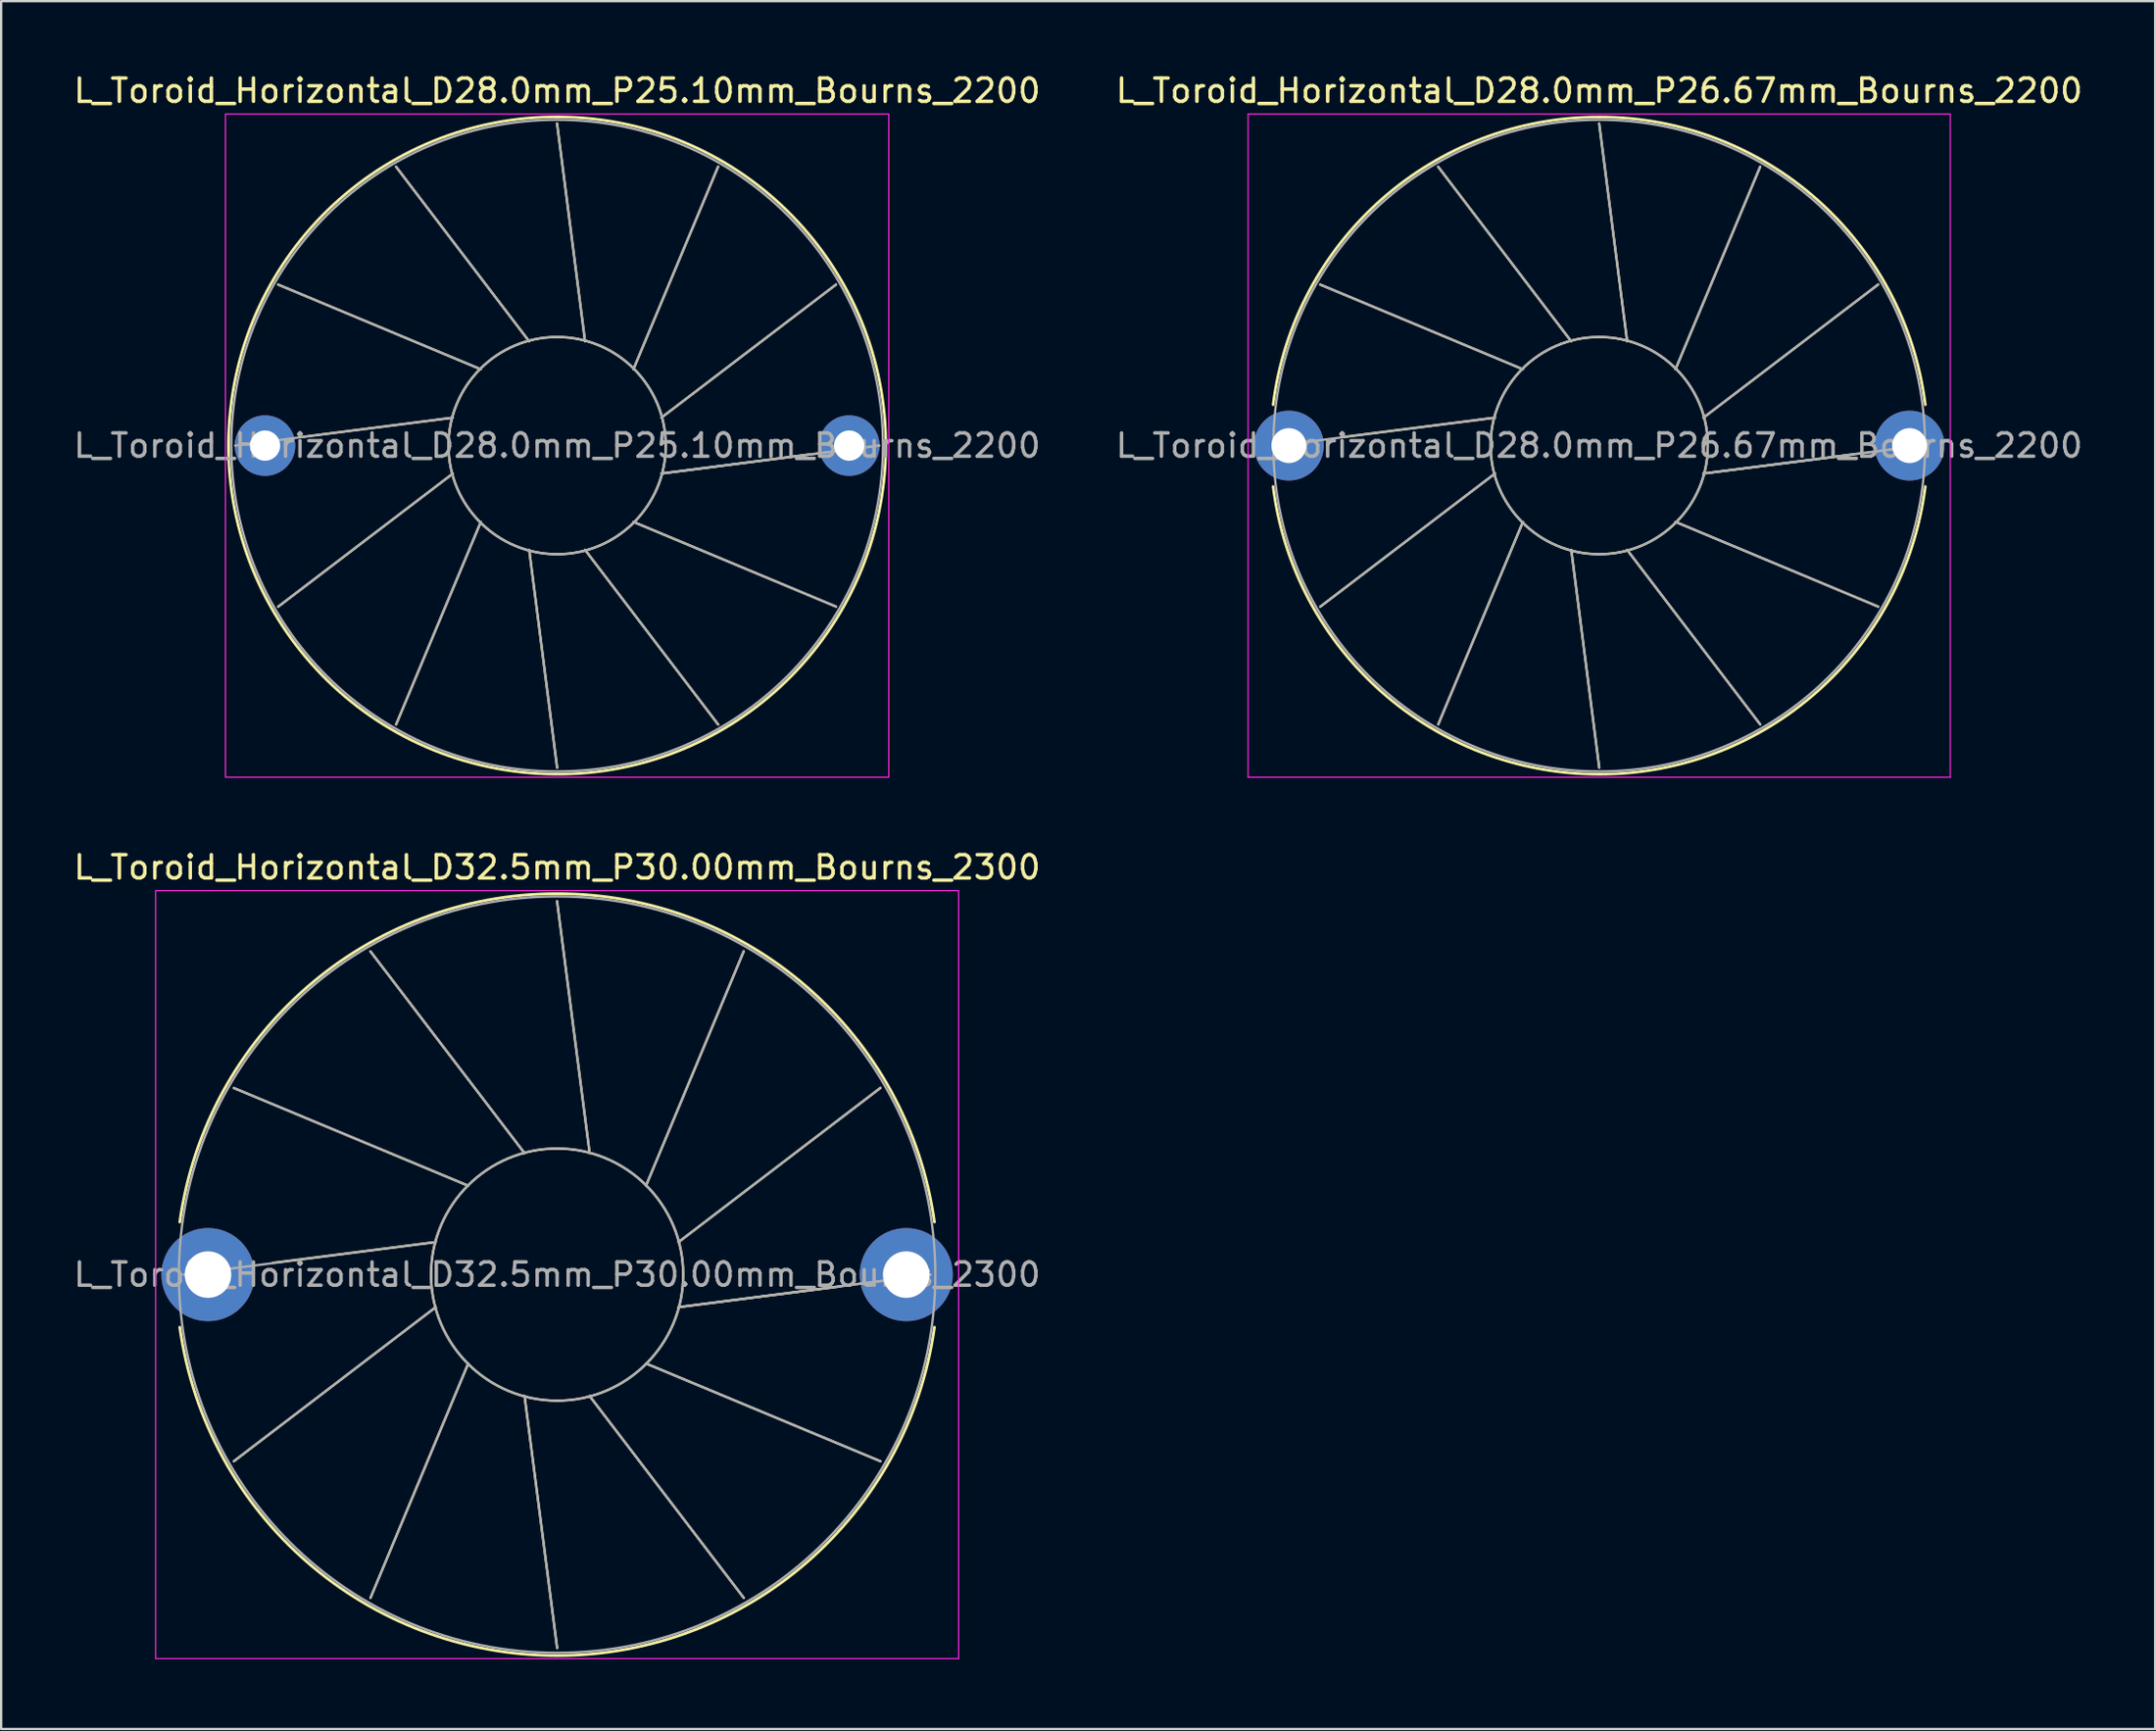
<source format=kicad_pcb>
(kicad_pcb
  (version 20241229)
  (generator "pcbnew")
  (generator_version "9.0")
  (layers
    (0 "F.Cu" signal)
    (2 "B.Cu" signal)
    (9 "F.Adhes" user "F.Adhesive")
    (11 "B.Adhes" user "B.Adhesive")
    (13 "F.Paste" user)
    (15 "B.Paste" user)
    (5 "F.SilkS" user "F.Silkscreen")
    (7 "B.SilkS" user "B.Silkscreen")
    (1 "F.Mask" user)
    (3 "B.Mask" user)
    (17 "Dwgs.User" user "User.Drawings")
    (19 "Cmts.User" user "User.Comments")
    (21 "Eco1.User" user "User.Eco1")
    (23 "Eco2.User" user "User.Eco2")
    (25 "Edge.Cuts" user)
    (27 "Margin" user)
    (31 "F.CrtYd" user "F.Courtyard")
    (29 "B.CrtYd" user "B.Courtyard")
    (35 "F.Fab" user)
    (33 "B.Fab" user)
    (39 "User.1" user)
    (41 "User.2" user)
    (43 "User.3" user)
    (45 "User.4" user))
  (footprint "L_Toroid_Horizontal_D32.5mm_P30.00mm_Bourns_2300"
    (layer "F.Cu")
    (at 5.887 51.721)
    (property "Reference" "L_Toroid_Horizontal_D32.5mm_P30.00mm_Bourns_2300" (at 15 -17.5 0) (layer "F.SilkS") (effects (font (size 1 1) (thickness 0.15))))
    (attr through_hole)
    (fp_line (start 1.106 -8.02) (end 11.179 -3.82) (stroke (width 0.1) (type solid)) (layer "F.SilkS"))
    (fp_line (start 1.107 8.022) (end 9.782 1.399) (stroke (width 0.1) (type solid)) (layer "F.SilkS"))
    (fp_line (start 2.794 -0.508) (end 9.781 -1.398) (stroke (width 0.1) (type solid)) (layer "F.SilkS"))
    (fp_line (start 6.977 -13.892) (end 13.601 -5.218) (stroke (width 0.1) (type solid)) (layer "F.SilkS"))
    (fp_line (start 6.98 13.894) (end 11.18 3.82) (stroke (width 0.1) (type solid)) (layer "F.SilkS"))
    (fp_line (start 14.998 -16.043) (end 16.398 -5.219) (stroke (width 0.1) (type solid)) (layer "F.SilkS"))
    (fp_line (start 15.001 16.043) (end 13.602 5.219) (stroke (width 0.1) (type solid)) (layer "F.SilkS"))
    (fp_line (start 23.019 -13.895) (end 18.82 -3.821) (stroke (width 0.1) (type solid)) (layer "F.SilkS"))
    (fp_line (start 23.022 13.893) (end 16.398 5.218) (stroke (width 0.1) (type solid)) (layer "F.SilkS"))
    (fp_line (start 27.178 0.508) (end 20.219 1.398) (stroke (width 0.1) (type solid)) (layer "F.SilkS"))
    (fp_line (start 28.892 -8.024) (end 20.218 -1.399) (stroke (width 0.1) (type solid)) (layer "F.SilkS"))
    (fp_line (start 28.893 8.021) (end 18.82 3.82) (stroke (width 0.1) (type solid)) (layer "F.SilkS"))
    (fp_arc (start -1.213245 -2.26) (mid 15 -16.37) (end 31.213245 -2.26) (stroke (width 0.12) (type solid)) (layer "F.SilkS"))
    (fp_arc (start 31.213245 2.26) (mid 15 16.37) (end -1.213245 2.26) (stroke (width 0.12) (type solid)) (layer "F.SilkS"))
    (fp_circle (center 15 0) (end 20.417 0) (stroke (width 0.1) (type solid)) (fill no) (layer "F.SilkS"))
    (fp_line (start -2.25 -16.5) (end -2.25 16.5) (stroke (width 0.05) (type solid)) (layer "F.CrtYd"))
    (fp_line (start -2.25 16.5) (end 32.25 16.5) (stroke (width 0.05) (type solid)) (layer "F.CrtYd"))
    (fp_line (start 32.25 -16.5) (end -2.25 -16.5) (stroke (width 0.05) (type solid)) (layer "F.CrtYd"))
    (fp_line (start 32.25 16.5) (end 32.25 -16.5) (stroke (width 0.05) (type solid)) (layer "F.CrtYd"))
    (fp_line (start -1.043 0.001) (end 9.781 -1.398) (stroke (width 0.1) (type solid)) (layer "F.Fab"))
    (fp_line (start 1.106 -8.02) (end 11.179 -3.82) (stroke (width 0.1) (type solid)) (layer "F.Fab"))
    (fp_line (start 1.107 8.022) (end 9.782 1.399) (stroke (width 0.1) (type solid)) (layer "F.Fab"))
    (fp_line (start 6.977 -13.892) (end 13.601 -5.218) (stroke (width 0.1) (type solid)) (layer "F.Fab"))
    (fp_line (start 6.98 13.894) (end 11.18 3.82) (stroke (width 0.1) (type solid)) (layer "F.Fab"))
    (fp_line (start 14.998 -16.043) (end 16.398 -5.219) (stroke (width 0.1) (type solid)) (layer "F.Fab"))
    (fp_line (start 15.001 16.043) (end 13.602 5.219) (stroke (width 0.1) (type solid)) (layer "F.Fab"))
    (fp_line (start 23.019 -13.895) (end 18.82 -3.821) (stroke (width 0.1) (type solid)) (layer "F.Fab"))
    (fp_line (start 23.022 13.893) (end 16.398 5.218) (stroke (width 0.1) (type solid)) (layer "F.Fab"))
    (fp_line (start 28.892 -8.024) (end 20.218 -1.399) (stroke (width 0.1) (type solid)) (layer "F.Fab"))
    (fp_line (start 28.893 8.021) (end 18.82 3.82) (stroke (width 0.1) (type solid)) (layer "F.Fab"))
    (fp_line (start 31.043 -0.003) (end 20.219 1.397) (stroke (width 0.1) (type solid)) (layer "F.Fab"))
    (fp_line (start 31.043 0) (end 20.219 1.398) (stroke (width 0.1) (type solid)) (layer "F.Fab"))
    (fp_circle (center 15 0) (end 20.417 0) (stroke (width 0.1) (type solid)) (fill no) (layer "F.Fab"))
    (fp_circle (center 15 0) (end 31.25 0) (stroke (width 0.1) (type solid)) (fill no) (layer "F.Fab"))
    (fp_text user "${REFERENCE}" (at 15 0 0) (layer "F.Fab") (effects (font (size 1 1) (thickness 0.15))))
    (pad "1" thru_hole circle (at 0 0) (size 4 4) (drill 2) (layers "*.Cu" "*.Mask"))
    (pad "2" thru_hole circle (at 30 0) (size 4 4) (drill 2) (layers "*.Cu" "*.Mask")))
  (footprint "L_Toroid_Horizontal_D28.0mm_P25.10mm_Bourns_2200"
    (layer "F.Cu")
    (at 8.337 16.098)
    (property "Reference" "L_Toroid_Horizontal_D28.0mm_P25.10mm_Bourns_2200" (at 12.55 -15.25 0) (layer "F.SilkS") (effects (font (size 1 1) (thickness 0.15))))
    (attr through_hole)
    (fp_line (start 0.566 -6.918) (end 9.27 -3.279) (stroke (width 0.1) (type solid)) (layer "F.SilkS"))
    (fp_line (start 0.567 6.92) (end 8.071 1.201) (stroke (width 0.1) (type solid)) (layer "F.SilkS"))
    (fp_line (start 1.651 -0.381) (end 8.07 -1.2) (stroke (width 0.1) (type solid)) (layer "F.SilkS"))
    (fp_line (start 5.63 -11.983) (end 11.349 -4.479) (stroke (width 0.1) (type solid)) (layer "F.SilkS"))
    (fp_line (start 5.632 11.984) (end 9.271 3.28) (stroke (width 0.1) (type solid)) (layer "F.SilkS"))
    (fp_line (start 12.548 -13.838) (end 13.75 -4.48) (stroke (width 0.1) (type solid)) (layer "F.SilkS"))
    (fp_line (start 12.551 13.838) (end 11.35 4.48) (stroke (width 0.1) (type solid)) (layer "F.SilkS"))
    (fp_line (start 19.467 -11.985) (end 15.829 -3.28) (stroke (width 0.1) (type solid)) (layer "F.SilkS"))
    (fp_line (start 19.469 11.983) (end 13.75 4.48) (stroke (width 0.1) (type solid)) (layer "F.SilkS"))
    (fp_line (start 23.368 0.381) (end 17.03 1.2) (stroke (width 0.1) (type solid)) (layer "F.SilkS"))
    (fp_line (start 24.533 -6.921) (end 17.029 -1.201) (stroke (width 0.1) (type solid)) (layer "F.SilkS"))
    (fp_line (start 24.534 6.919) (end 15.829 3.279) (stroke (width 0.1) (type solid)) (layer "F.SilkS"))
    (fp_arc (start -1.48356 -1.56) (mid 26.585526 1.542214) (end -1.487469 -1.524425) (stroke (width 0.12) (type solid)) (layer "F.SilkS"))
    (fp_circle (center 12.55 0) (end 17.217 0) (stroke (width 0.1) (type solid)) (fill no) (layer "F.SilkS"))
    (fp_line (start -1.7 -14.25) (end -1.7 14.25) (stroke (width 0.05) (type solid)) (layer "F.CrtYd"))
    (fp_line (start -1.7 14.25) (end 26.8 14.25) (stroke (width 0.05) (type solid)) (layer "F.CrtYd"))
    (fp_line (start 26.8 -14.25) (end -1.7 -14.25) (stroke (width 0.05) (type solid)) (layer "F.CrtYd"))
    (fp_line (start 26.8 14.25) (end 26.8 -14.25) (stroke (width 0.05) (type solid)) (layer "F.CrtYd"))
    (fp_line (start -1.288 0.001) (end 8.07 -1.2) (stroke (width 0.1) (type solid)) (layer "F.Fab"))
    (fp_line (start 0.566 -6.918) (end 9.27 -3.279) (stroke (width 0.1) (type solid)) (layer "F.Fab"))
    (fp_line (start 0.567 6.92) (end 8.071 1.201) (stroke (width 0.1) (type solid)) (layer "F.Fab"))
    (fp_line (start 5.63 -11.983) (end 11.349 -4.479) (stroke (width 0.1) (type solid)) (layer "F.Fab"))
    (fp_line (start 5.632 11.984) (end 9.271 3.28) (stroke (width 0.1) (type solid)) (layer "F.Fab"))
    (fp_line (start 12.548 -13.838) (end 13.75 -4.48) (stroke (width 0.1) (type solid)) (layer "F.Fab"))
    (fp_line (start 12.551 13.838) (end 11.35 4.48) (stroke (width 0.1) (type solid)) (layer "F.Fab"))
    (fp_line (start 19.467 -11.985) (end 15.829 -3.28) (stroke (width 0.1) (type solid)) (layer "F.Fab"))
    (fp_line (start 19.469 11.983) (end 13.75 4.48) (stroke (width 0.1) (type solid)) (layer "F.Fab"))
    (fp_line (start 24.533 -6.921) (end 17.029 -1.201) (stroke (width 0.1) (type solid)) (layer "F.Fab"))
    (fp_line (start 24.534 6.919) (end 15.829 3.279) (stroke (width 0.1) (type solid)) (layer "F.Fab"))
    (fp_line (start 26.388 -0.003) (end 17.03 1.199) (stroke (width 0.1) (type solid)) (layer "F.Fab"))
    (fp_line (start 26.388 0) (end 17.03 1.2) (stroke (width 0.1) (type solid)) (layer "F.Fab"))
    (fp_circle (center 12.55 0) (end 17.217 0) (stroke (width 0.1) (type solid)) (fill no) (layer "F.Fab"))
    (fp_circle (center 12.55 0) (end 26.55 0) (stroke (width 0.1) (type solid)) (fill no) (layer "F.Fab"))
    (fp_text user "${REFERENCE}" (at 12.55 0 0) (layer "F.Fab") (effects (font (size 1 1) (thickness 0.15))))
    (pad "1" thru_hole circle (at 0 0) (size 2.6 2.6) (drill 1.3) (layers "*.Cu" "*.Mask"))
    (pad "2" thru_hole circle (at 25.1 0) (size 2.6 2.6) (drill 1.3) (layers "*.Cu" "*.Mask")))
  (footprint "L_Toroid_Horizontal_D28.0mm_P26.67mm_Bourns_2200"
    (layer "F.Cu")
    (at 52.326 16.098)
    (property "Reference" "L_Toroid_Horizontal_D28.0mm_P26.67mm_Bourns_2200" (at 13.335 -15.25 0) (layer "F.SilkS") (effects (font (size 1 1) (thickness 0.15))))
    (attr through_hole)
    (fp_line (start 1.351 -6.918) (end 10.055 -3.279) (stroke (width 0.1) (type solid)) (layer "F.SilkS"))
    (fp_line (start 1.352 6.92) (end 8.856 1.201) (stroke (width 0.1) (type solid)) (layer "F.SilkS"))
    (fp_line (start 2.413 -0.381) (end 8.855 -1.2) (stroke (width 0.1) (type solid)) (layer "F.SilkS"))
    (fp_line (start 6.415 -11.983) (end 12.134 -4.479) (stroke (width 0.1) (type solid)) (layer "F.SilkS"))
    (fp_line (start 6.417 11.984) (end 10.056 3.28) (stroke (width 0.1) (type solid)) (layer "F.SilkS"))
    (fp_line (start 13.333 -13.838) (end 14.535 -4.48) (stroke (width 0.1) (type solid)) (layer "F.SilkS"))
    (fp_line (start 13.336 13.838) (end 12.135 4.48) (stroke (width 0.1) (type solid)) (layer "F.SilkS"))
    (fp_line (start 20.252 -11.985) (end 16.614 -3.28) (stroke (width 0.1) (type solid)) (layer "F.SilkS"))
    (fp_line (start 20.254 11.983) (end 14.535 4.48) (stroke (width 0.1) (type solid)) (layer "F.SilkS"))
    (fp_line (start 24.257 0.381) (end 17.815 1.199) (stroke (width 0.1) (type solid)) (layer "F.SilkS"))
    (fp_line (start 25.318 -6.921) (end 17.814 -1.201) (stroke (width 0.1) (type solid)) (layer "F.SilkS"))
    (fp_line (start 25.319 6.919) (end 16.614 3.279) (stroke (width 0.1) (type solid)) (layer "F.SilkS"))
    (fp_arc (start -0.674882 -1.76) (mid 13.335 -14.12) (end 27.344882 -1.76) (stroke (width 0.12) (type solid)) (layer "F.SilkS"))
    (fp_arc (start 27.344882 1.76) (mid 13.335 14.12) (end -0.674882 1.76) (stroke (width 0.12) (type solid)) (layer "F.SilkS"))
    (fp_circle (center 13.335 0) (end 18.002 0) (stroke (width 0.1) (type solid)) (fill no) (layer "F.SilkS"))
    (fp_line (start -1.75 -14.25) (end -1.75 14.25) (stroke (width 0.05) (type solid)) (layer "F.CrtYd"))
    (fp_line (start -1.75 14.25) (end 28.42 14.25) (stroke (width 0.05) (type solid)) (layer "F.CrtYd"))
    (fp_line (start 28.42 -14.25) (end -1.75 -14.25) (stroke (width 0.05) (type solid)) (layer "F.CrtYd"))
    (fp_line (start 28.42 14.25) (end 28.42 -14.25) (stroke (width 0.05) (type solid)) (layer "F.CrtYd"))
    (fp_line (start -0.503 0.001) (end 8.855 -1.2) (stroke (width 0.1) (type solid)) (layer "F.Fab"))
    (fp_line (start 1.351 -6.918) (end 10.055 -3.279) (stroke (width 0.1) (type solid)) (layer "F.Fab"))
    (fp_line (start 1.352 6.92) (end 8.856 1.201) (stroke (width 0.1) (type solid)) (layer "F.Fab"))
    (fp_line (start 6.415 -11.983) (end 12.134 -4.479) (stroke (width 0.1) (type solid)) (layer "F.Fab"))
    (fp_line (start 6.417 11.984) (end 10.056 3.28) (stroke (width 0.1) (type solid)) (layer "F.Fab"))
    (fp_line (start 13.333 -13.838) (end 14.535 -4.48) (stroke (width 0.1) (type solid)) (layer "F.Fab"))
    (fp_line (start 13.336 13.838) (end 12.135 4.48) (stroke (width 0.1) (type solid)) (layer "F.Fab"))
    (fp_line (start 20.252 -11.985) (end 16.614 -3.28) (stroke (width 0.1) (type solid)) (layer "F.Fab"))
    (fp_line (start 20.254 11.983) (end 14.535 4.48) (stroke (width 0.1) (type solid)) (layer "F.Fab"))
    (fp_line (start 25.318 -6.921) (end 17.814 -1.201) (stroke (width 0.1) (type solid)) (layer "F.Fab"))
    (fp_line (start 25.319 6.919) (end 16.614 3.279) (stroke (width 0.1) (type solid)) (layer "F.Fab"))
    (fp_line (start 27.173 -0.003) (end 17.815 1.199) (stroke (width 0.1) (type solid)) (layer "F.Fab"))
    (fp_line (start 27.173 0) (end 17.815 1.2) (stroke (width 0.1) (type solid)) (layer "F.Fab"))
    (fp_circle (center 13.335 0) (end 18.002 0) (stroke (width 0.1) (type solid)) (fill no) (layer "F.Fab"))
    (fp_circle (center 13.335 0) (end 27.335 0) (stroke (width 0.1) (type solid)) (fill no) (layer "F.Fab"))
    (fp_text user "${REFERENCE}" (at 13.335 0 0) (layer "F.Fab") (effects (font (size 1 1) (thickness 0.15))))
    (pad "1" thru_hole circle (at 0 0) (size 3 3) (drill 1.5) (layers "*.Cu" "*.Mask"))
    (pad "2" thru_hole circle (at 26.67 0) (size 3 3) (drill 1.5) (layers "*.Cu" "*.Mask")))
  (gr_rect
    (start -3 -3)
    (end 89.548 71.246)
    (stroke (width 0.1) (type default))
    (fill no)
    (layer "Edge.Cuts")))
</source>
